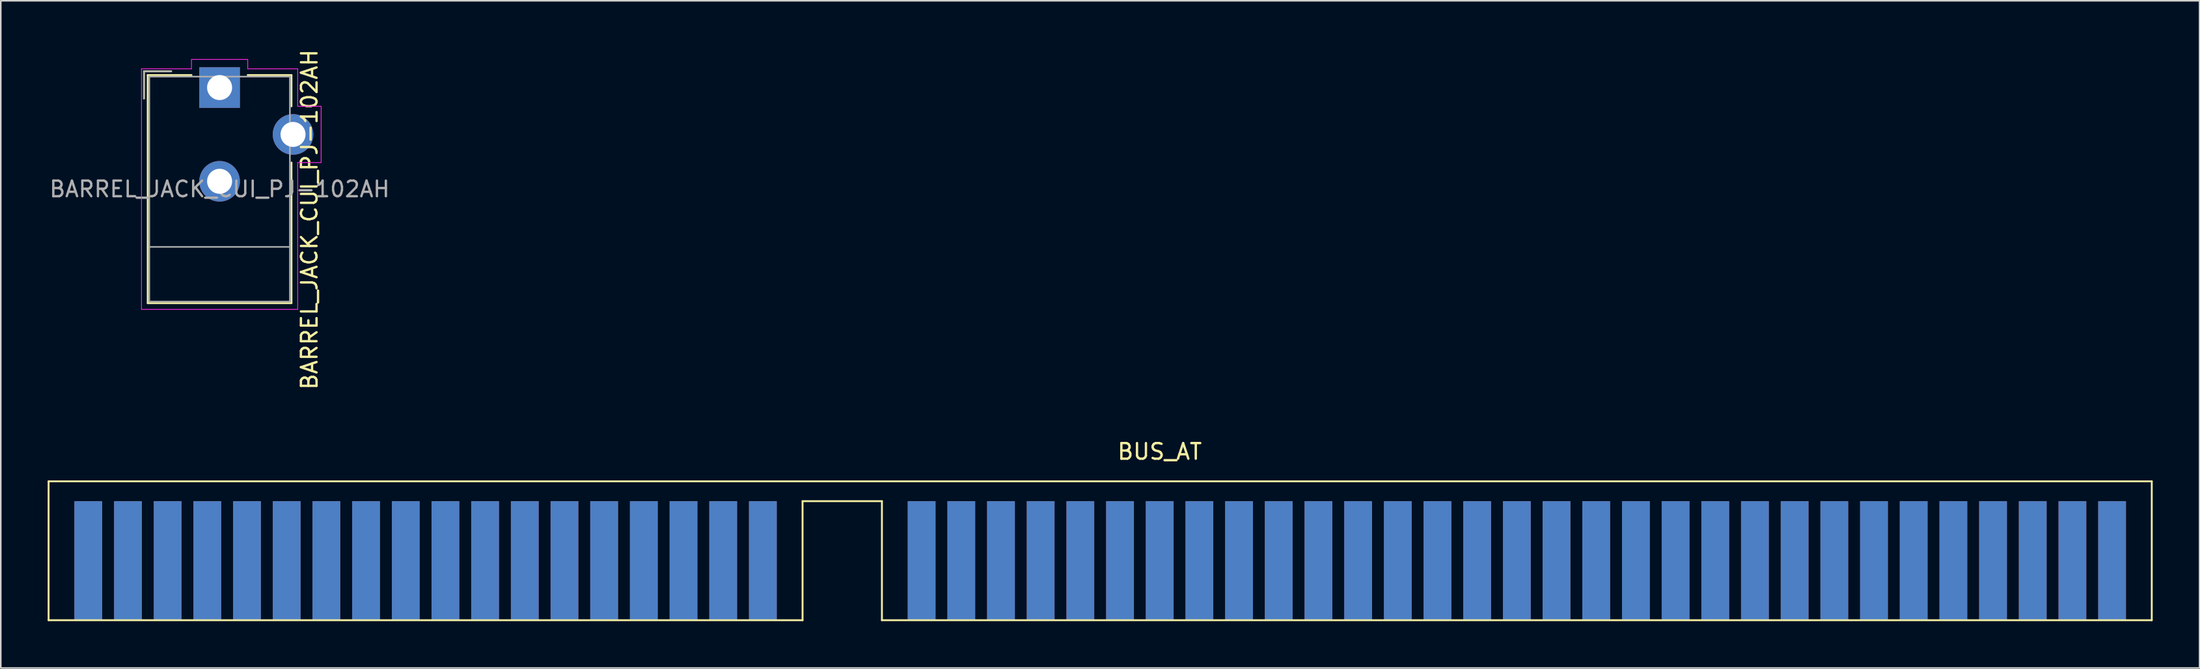
<source format=kicad_pcb>
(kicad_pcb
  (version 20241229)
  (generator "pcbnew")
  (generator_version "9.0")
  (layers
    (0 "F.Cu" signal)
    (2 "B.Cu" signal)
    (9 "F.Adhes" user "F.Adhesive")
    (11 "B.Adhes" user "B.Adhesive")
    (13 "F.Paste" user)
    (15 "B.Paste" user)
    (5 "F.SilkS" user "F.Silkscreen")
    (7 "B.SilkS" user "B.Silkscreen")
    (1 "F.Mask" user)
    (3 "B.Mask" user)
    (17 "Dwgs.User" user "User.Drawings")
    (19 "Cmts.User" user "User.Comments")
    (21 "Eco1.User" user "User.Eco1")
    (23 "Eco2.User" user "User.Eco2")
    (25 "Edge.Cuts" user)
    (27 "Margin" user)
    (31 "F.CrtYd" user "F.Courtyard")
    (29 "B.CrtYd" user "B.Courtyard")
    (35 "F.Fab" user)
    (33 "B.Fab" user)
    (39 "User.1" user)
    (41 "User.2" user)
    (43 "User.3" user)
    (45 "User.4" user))
  (footprint "BUS_AT"
    (layer "F.Cu")
    (at 94.04 32.845)
    (property "Reference" "BUS_AT" (at -22.86 -6.985 0) (layer "F.SilkS") (effects (font (size 1 1) (thickness 0.15))))
    (attr through_hole)
    (fp_line (start -93.98 -5.08) (end 40.64 -5.08) (stroke (width 0.12) (type solid)) (layer "F.SilkS"))
    (fp_line (start -93.98 3.81) (end -93.98 -5.08) (stroke (width 0.12) (type solid)) (layer "F.SilkS"))
    (fp_line (start -45.72 -3.81) (end -45.72 3.81) (stroke (width 0.12) (type solid)) (layer "F.SilkS"))
    (fp_line (start -45.72 3.81) (end -93.98 3.81) (stroke (width 0.12) (type solid)) (layer "F.SilkS"))
    (fp_line (start -40.64 -3.81) (end -45.72 -3.81) (stroke (width 0.12) (type solid)) (layer "F.SilkS"))
    (fp_line (start -40.64 3.81) (end -40.64 -3.81) (stroke (width 0.12) (type solid)) (layer "F.SilkS"))
    (fp_line (start 40.64 -5.08) (end 40.64 3.81) (stroke (width 0.12) (type solid)) (layer "F.SilkS"))
    (fp_line (start 40.64 3.81) (end -40.64 3.81) (stroke (width 0.12) (type solid)) (layer "F.SilkS"))
    (pad "1" connect rect (at 38.1 0) (size 1.778 7.62) (layers "B.Cu" "B.Mask"))
    (pad "2" connect rect (at 35.56 0) (size 1.778 7.62) (layers "B.Cu" "B.Mask"))
    (pad "3" connect rect (at 33.02 0) (size 1.778 7.62) (layers "B.Cu" "B.Mask"))
    (pad "4" connect rect (at 30.48 0) (size 1.778 7.62) (layers "B.Cu" "B.Mask"))
    (pad "5" connect rect (at 27.94 0) (size 1.778 7.62) (layers "B.Cu" "B.Mask"))
    (pad "6" connect rect (at 25.4 0) (size 1.778 7.62) (layers "B.Cu" "B.Mask"))
    (pad "7" connect rect (at 22.86 0) (size 1.778 7.62) (layers "B.Cu" "B.Mask"))
    (pad "8" connect rect (at 20.32 0) (size 1.778 7.62) (layers "B.Cu" "B.Mask"))
    (pad "9" connect rect (at 17.78 0) (size 1.778 7.62) (layers "B.Cu" "B.Mask"))
    (pad "10" connect rect (at 15.24 0) (size 1.778 7.62) (layers "B.Cu" "B.Mask"))
    (pad "11" connect rect (at 12.7 0) (size 1.778 7.62) (layers "B.Cu" "B.Mask"))
    (pad "12" connect rect (at 10.16 0) (size 1.778 7.62) (layers "B.Cu" "B.Mask"))
    (pad "13" connect rect (at 7.62 0) (size 1.778 7.62) (layers "B.Cu" "B.Mask"))
    (pad "14" connect rect (at 5.08 0) (size 1.778 7.62) (layers "B.Cu" "B.Mask"))
    (pad "15" connect rect (at 2.54 0) (size 1.778 7.62) (layers "B.Cu" "B.Mask"))
    (pad "16" connect rect (at 0 0) (size 1.778 7.62) (layers "B.Cu" "B.Mask"))
    (pad "17" connect rect (at -2.54 0) (size 1.778 7.62) (layers "B.Cu" "B.Mask"))
    (pad "18" connect rect (at -5.08 0) (size 1.778 7.62) (layers "B.Cu" "B.Mask"))
    (pad "19" connect rect (at -7.62 0) (size 1.778 7.62) (layers "B.Cu" "B.Mask"))
    (pad "20" connect rect (at -10.16 0) (size 1.778 7.62) (layers "B.Cu" "B.Mask"))
    (pad "21" connect rect (at -12.7 0) (size 1.778 7.62) (layers "B.Cu" "B.Mask"))
    (pad "22" connect rect (at -15.24 0) (size 1.778 7.62) (layers "B.Cu" "B.Mask"))
    (pad "23" connect rect (at -17.78 0) (size 1.778 7.62) (layers "B.Cu" "B.Mask"))
    (pad "24" connect rect (at -20.32 0) (size 1.778 7.62) (layers "B.Cu" "B.Mask"))
    (pad "25" connect rect (at -22.86 0) (size 1.778 7.62) (layers "B.Cu" "B.Mask"))
    (pad "26" connect rect (at -25.4 0) (size 1.778 7.62) (layers "B.Cu" "B.Mask"))
    (pad "27" connect rect (at -27.94 0) (size 1.778 7.62) (layers "B.Cu" "B.Mask"))
    (pad "28" connect rect (at -30.48 0) (size 1.778 7.62) (layers "B.Cu" "B.Mask"))
    (pad "29" connect rect (at -33.02 0) (size 1.778 7.62) (layers "B.Cu" "B.Mask"))
    (pad "30" connect rect (at -35.56 0) (size 1.778 7.62) (layers "B.Cu" "B.Mask"))
    (pad "31" connect rect (at -38.1 0) (size 1.778 7.62) (layers "B.Cu" "B.Mask"))
    (pad "32" connect rect (at 38.1 0) (size 1.778 7.62) (layers "F.Cu" "F.Mask"))
    (pad "33" connect rect (at 35.56 0) (size 1.778 7.62) (layers "F.Cu" "F.Mask"))
    (pad "34" connect rect (at 33.02 0) (size 1.778 7.62) (layers "F.Cu" "F.Mask"))
    (pad "35" connect rect (at 30.48 0) (size 1.778 7.62) (layers "F.Cu" "F.Mask"))
    (pad "36" connect rect (at 27.94 0) (size 1.778 7.62) (layers "F.Cu" "F.Mask"))
    (pad "37" connect rect (at 25.4 0) (size 1.778 7.62) (layers "F.Cu" "F.Mask"))
    (pad "38" connect rect (at 22.86 0) (size 1.778 7.62) (layers "F.Cu" "F.Mask"))
    (pad "39" connect rect (at 20.32 0) (size 1.778 7.62) (layers "F.Cu" "F.Mask"))
    (pad "40" connect rect (at 17.78 0) (size 1.778 7.62) (layers "F.Cu" "F.Mask"))
    (pad "41" connect rect (at 15.24 0) (size 1.778 7.62) (layers "F.Cu" "F.Mask"))
    (pad "42" connect rect (at 12.7 0) (size 1.778 7.62) (layers "F.Cu" "F.Mask"))
    (pad "43" connect rect (at 10.16 0) (size 1.778 7.62) (layers "F.Cu" "F.Mask"))
    (pad "44" connect rect (at 7.62 0) (size 1.778 7.62) (layers "F.Cu" "F.Mask"))
    (pad "45" connect rect (at 5.08 0) (size 1.778 7.62) (layers "F.Cu" "F.Mask"))
    (pad "46" connect rect (at 2.54 0) (size 1.778 7.62) (layers "F.Cu" "F.Mask"))
    (pad "47" connect rect (at 0 0) (size 1.778 7.62) (layers "F.Cu" "F.Mask"))
    (pad "48" connect rect (at -2.54 0) (size 1.778 7.62) (layers "F.Cu" "F.Mask"))
    (pad "49" connect rect (at -5.08 0) (size 1.778 7.62) (layers "F.Cu" "F.Mask"))
    (pad "50" connect rect (at -7.62 0) (size 1.778 7.62) (layers "F.Cu" "F.Mask"))
    (pad "51" connect rect (at -10.16 0) (size 1.778 7.62) (layers "F.Cu" "F.Mask"))
    (pad "52" connect rect (at -12.7 0) (size 1.778 7.62) (layers "F.Cu" "F.Mask"))
    (pad "53" connect rect (at -15.24 0) (size 1.778 7.62) (layers "F.Cu" "F.Mask"))
    (pad "54" connect rect (at -17.78 0) (size 1.778 7.62) (layers "F.Cu" "F.Mask"))
    (pad "55" connect rect (at -20.32 0) (size 1.778 7.62) (layers "F.Cu" "F.Mask"))
    (pad "56" connect rect (at -22.86 0) (size 1.778 7.62) (layers "F.Cu" "F.Mask"))
    (pad "57" connect rect (at -25.4 0) (size 1.778 7.62) (layers "F.Cu" "F.Mask"))
    (pad "58" connect rect (at -27.94 0) (size 1.778 7.62) (layers "F.Cu" "F.Mask"))
    (pad "59" connect rect (at -30.48 0) (size 1.778 7.62) (layers "F.Cu" "F.Mask"))
    (pad "60" connect rect (at -33.02 0) (size 1.778 7.62) (layers "F.Cu" "F.Mask"))
    (pad "61" connect rect (at -35.56 0) (size 1.778 7.62) (layers "F.Cu" "F.Mask"))
    (pad "62" connect rect (at -38.1 0) (size 1.778 7.62) (layers "F.Cu" "F.Mask"))
    (pad "63" connect rect (at -48.26 0) (size 1.778 7.62) (layers "B.Cu" "B.Mask"))
    (pad "64" connect rect (at -50.8 0) (size 1.778 7.62) (layers "B.Cu" "B.Mask"))
    (pad "65" connect rect (at -53.34 0) (size 1.778 7.62) (layers "B.Cu" "B.Mask"))
    (pad "66" connect rect (at -55.88 0) (size 1.778 7.62) (layers "B.Cu" "B.Mask"))
    (pad "67" connect rect (at -58.42 0) (size 1.778 7.62) (layers "B.Cu" "B.Mask"))
    (pad "68" connect rect (at -60.96 0) (size 1.778 7.62) (layers "B.Cu" "B.Mask"))
    (pad "69" connect rect (at -63.5 0) (size 1.778 7.62) (layers "B.Cu" "B.Mask"))
    (pad "70" connect rect (at -66.04 0) (size 1.778 7.62) (layers "B.Cu" "B.Mask"))
    (pad "71" connect rect (at -68.58 0) (size 1.778 7.62) (layers "B.Cu" "B.Mask"))
    (pad "72" connect rect (at -71.12 0) (size 1.778 7.62) (layers "B.Cu" "B.Mask"))
    (pad "73" connect rect (at -73.66 0) (size 1.778 7.62) (layers "B.Cu" "B.Mask"))
    (pad "74" connect rect (at -76.2 0) (size 1.778 7.62) (layers "B.Cu" "B.Mask"))
    (pad "75" connect rect (at -78.74 0) (size 1.778 7.62) (layers "B.Cu" "B.Mask"))
    (pad "76" connect rect (at -81.28 0) (size 1.778 7.62) (layers "B.Cu" "B.Mask"))
    (pad "77" connect rect (at -83.82 0) (size 1.778 7.62) (layers "B.Cu" "B.Mask"))
    (pad "78" connect rect (at -86.36 0) (size 1.778 7.62) (layers "B.Cu" "B.Mask"))
    (pad "79" connect rect (at -88.9 0) (size 1.778 7.62) (layers "B.Cu" "B.Mask"))
    (pad "80" connect rect (at -91.44 0) (size 1.778 7.62) (layers "B.Cu" "B.Mask"))
    (pad "81" connect rect (at -48.26 0) (size 1.778 7.62) (layers "F.Cu" "F.Mask"))
    (pad "82" connect rect (at -50.8 0) (size 1.778 7.62) (layers "F.Cu" "F.Mask"))
    (pad "83" connect rect (at -53.34 0) (size 1.778 7.62) (layers "F.Cu" "F.Mask"))
    (pad "84" connect rect (at -55.88 0) (size 1.778 7.62) (layers "F.Cu" "F.Mask"))
    (pad "85" connect rect (at -58.42 0) (size 1.778 7.62) (layers "F.Cu" "F.Mask"))
    (pad "86" connect rect (at -60.96 0) (size 1.778 7.62) (layers "F.Cu" "F.Mask"))
    (pad "87" connect rect (at -63.5 0) (size 1.778 7.62) (layers "F.Cu" "F.Mask"))
    (pad "88" connect rect (at -66.04 0) (size 1.778 7.62) (layers "F.Cu" "F.Mask"))
    (pad "89" connect rect (at -68.58 0) (size 1.778 7.62) (layers "F.Cu" "F.Mask"))
    (pad "90" connect rect (at -71.12 0) (size 1.778 7.62) (layers "F.Cu" "F.Mask"))
    (pad "91" connect rect (at -73.66 0) (size 1.778 7.62) (layers "F.Cu" "F.Mask"))
    (pad "92" connect rect (at -76.2 0) (size 1.778 7.62) (layers "F.Cu" "F.Mask"))
    (pad "93" connect rect (at -78.74 0) (size 1.778 7.62) (layers "F.Cu" "F.Mask"))
    (pad "94" connect rect (at -81.28 0) (size 1.778 7.62) (layers "F.Cu" "F.Mask"))
    (pad "95" connect rect (at -83.82 0) (size 1.778 7.62) (layers "F.Cu" "F.Mask"))
    (pad "96" connect rect (at -86.36 0) (size 1.778 7.62) (layers "F.Cu" "F.Mask"))
    (pad "97" connect rect (at -88.9 0) (size 1.778 7.62) (layers "F.Cu" "F.Mask"))
    (pad "98" connect rect (at -91.44 0) (size 1.778 7.62) (layers "F.Cu" "F.Mask")))
  (footprint "BARREL_JACK_CUI_PJ-102AH"
    (layer "F.Cu")
    (at 11.006 2.556)
    (property "Reference" "BARREL_JACK_CUI_PJ-102AH" (at 5.75 8.45 90) (layer "F.SilkS") (effects (font (size 1 1) (thickness 0.15))))
    (attr through_hole)
    (fp_line (start -4.84 -1.04) (end -3.1 -1.04) (stroke (width 0.12) (type solid)) (layer "F.SilkS"))
    (fp_line (start -4.84 0.7) (end -4.84 -1.04) (stroke (width 0.12) (type solid)) (layer "F.SilkS"))
    (fp_line (start -4.6 -0.8) (end -1.8 -0.8) (stroke (width 0.12) (type solid)) (layer "F.SilkS"))
    (fp_line (start -4.6 13.8) (end -4.6 -0.8) (stroke (width 0.12) (type solid)) (layer "F.SilkS"))
    (fp_line (start 1.8 -0.8) (end 4.6 -0.8) (stroke (width 0.12) (type solid)) (layer "F.SilkS"))
    (fp_line (start 4.6 -0.8) (end 4.6 1.2) (stroke (width 0.12) (type solid)) (layer "F.SilkS"))
    (fp_line (start 4.6 4.8) (end 4.6 13.8) (stroke (width 0.12) (type solid)) (layer "F.SilkS"))
    (fp_line (start 4.6 13.8) (end -4.6 13.8) (stroke (width 0.12) (type solid)) (layer "F.SilkS"))
    (fp_line (start -5 -1.2) (end -1.8 -1.2) (stroke (width 0.05) (type solid)) (layer "F.CrtYd"))
    (fp_line (start -5 14.2) (end -5 -1.2) (stroke (width 0.05) (type solid)) (layer "F.CrtYd"))
    (fp_line (start -1.8 -1.8) (end 1.8 -1.8) (stroke (width 0.05) (type solid)) (layer "F.CrtYd"))
    (fp_line (start -1.8 -1.2) (end -1.8 -1.8) (stroke (width 0.05) (type solid)) (layer "F.CrtYd"))
    (fp_line (start 1.8 -1.8) (end 1.8 -1.2) (stroke (width 0.05) (type solid)) (layer "F.CrtYd"))
    (fp_line (start 1.8 -1.2) (end 5 -1.2) (stroke (width 0.05) (type solid)) (layer "F.CrtYd"))
    (fp_line (start 5 -1.2) (end 5 1.2) (stroke (width 0.05) (type solid)) (layer "F.CrtYd"))
    (fp_line (start 5 1.2) (end 6.5 1.2) (stroke (width 0.05) (type solid)) (layer "F.CrtYd"))
    (fp_line (start 5 4.8) (end 5 14.2) (stroke (width 0.05) (type solid)) (layer "F.CrtYd"))
    (fp_line (start 5 14.2) (end -5 14.2) (stroke (width 0.05) (type solid)) (layer "F.CrtYd"))
    (fp_line (start 6.5 1.2) (end 6.5 4.8) (stroke (width 0.05) (type solid)) (layer "F.CrtYd"))
    (fp_line (start 6.5 4.8) (end 5 4.8) (stroke (width 0.05) (type solid)) (layer "F.CrtYd"))
    (fp_line (start -4.84 -1.04) (end -3.1 -1.04) (stroke (width 0.1) (type solid)) (layer "F.Fab"))
    (fp_line (start -4.84 0.7) (end -4.84 -1.04) (stroke (width 0.1) (type solid)) (layer "F.Fab"))
    (fp_line (start -4.5 -0.7) (end 4.5 -0.7) (stroke (width 0.1) (type solid)) (layer "F.Fab"))
    (fp_line (start -4.5 10.2) (end 4.5 10.2) (stroke (width 0.1) (type solid)) (layer "F.Fab"))
    (fp_line (start -4.5 13.7) (end -4.5 -0.7) (stroke (width 0.1) (type solid)) (layer "F.Fab"))
    (fp_line (start 4.5 -0.7) (end 4.5 13.7) (stroke (width 0.1) (type solid)) (layer "F.Fab"))
    (fp_line (start 4.5 13.7) (end -4.5 13.7) (stroke (width 0.1) (type solid)) (layer "F.Fab"))
    (fp_text user "${REFERENCE}" (at 0 6.5 0) (layer "F.Fab") (effects (font (size 1 1) (thickness 0.15))))
    (pad "1" thru_hole rect (at 0 0) (size 2.6 2.6) (drill 1.6) (layers "*.Cu" "*.Mask"))
    (pad "2" thru_hole circle (at 0 6) (size 2.6 2.6) (drill 1.6) (layers "*.Cu" "*.Mask"))
    (pad "3" thru_hole circle (at 4.7 3) (size 2.6 2.6) (drill 1.6) (layers "*.Cu" "*.Mask")))
  (gr_rect
    (start -3 -3)
    (end 137.74 39.715)
    (stroke (width 0.1) (type default))
    (fill no)
    (layer "Edge.Cuts")))
</source>
